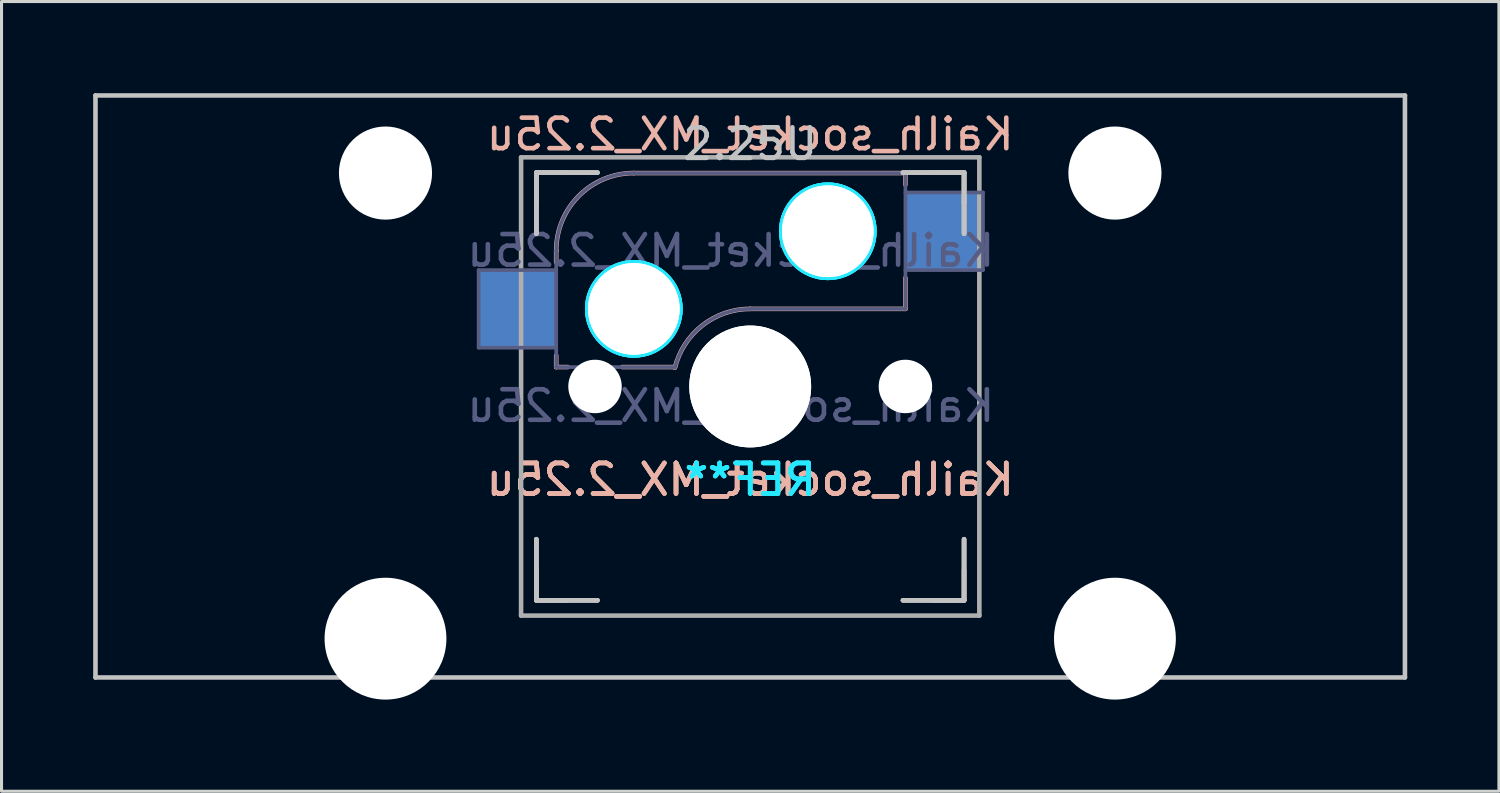
<source format=kicad_pcb>
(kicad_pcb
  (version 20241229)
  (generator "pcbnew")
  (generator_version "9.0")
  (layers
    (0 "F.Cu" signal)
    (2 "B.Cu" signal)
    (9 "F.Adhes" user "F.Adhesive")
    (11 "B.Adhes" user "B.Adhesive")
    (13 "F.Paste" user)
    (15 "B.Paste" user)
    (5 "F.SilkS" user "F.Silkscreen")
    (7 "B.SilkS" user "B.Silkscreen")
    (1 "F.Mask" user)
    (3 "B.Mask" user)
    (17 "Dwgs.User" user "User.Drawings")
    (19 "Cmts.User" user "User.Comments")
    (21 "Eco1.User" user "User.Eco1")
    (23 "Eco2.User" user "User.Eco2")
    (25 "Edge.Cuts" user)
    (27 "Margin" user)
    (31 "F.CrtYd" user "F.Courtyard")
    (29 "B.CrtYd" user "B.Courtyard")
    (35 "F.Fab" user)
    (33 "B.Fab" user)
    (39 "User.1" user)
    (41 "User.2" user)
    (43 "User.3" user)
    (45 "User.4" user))
  (footprint "Kailh_socket_MX_2.25u"
    (layer "F.Cu")
    (at 21.506 9.6)
    (property "Reference" "Kailh_socket_MX_2.25u" (at 0 -8.255 0) (layer "B.SilkS") (effects (font (size 1 1) (thickness 0.15)) (justify mirror)))
    (property "Value" "Kailh_socket_MX_2.25u" (at 0 8.255 0) (layer "F.Fab") (hide yes) (effects (font (size 1 1) (thickness 0.15))))
    (attr smd)
    (fp_line (start -7 -6) (end -7 -7) (stroke (width 0.15) (type solid)) (layer "F.SilkS"))
    (fp_line (start -7 7) (end -7 6) (stroke (width 0.15) (type solid)) (layer "F.SilkS"))
    (fp_line (start -7 7) (end -6 7) (stroke (width 0.15) (type solid)) (layer "F.SilkS"))
    (fp_line (start -6 -7) (end -7 -7) (stroke (width 0.15) (type solid)) (layer "F.SilkS"))
    (fp_line (start 6 7) (end 7 7) (stroke (width 0.15) (type solid)) (layer "F.SilkS"))
    (fp_line (start 7 -7) (end 6 -7) (stroke (width 0.15) (type solid)) (layer "F.SilkS"))
    (fp_line (start 7 -7) (end 7 -6) (stroke (width 0.15) (type solid)) (layer "F.SilkS"))
    (fp_line (start 7 6) (end 7 7) (stroke (width 0.15) (type solid)) (layer "F.SilkS"))
    (fp_line (start -6.35 -4.445) (end -6.35 -4.064) (stroke (width 0.15) (type solid)) (layer "B.SilkS"))
    (fp_line (start -6.35 -1.016) (end -6.35 -0.635) (stroke (width 0.15) (type solid)) (layer "B.SilkS"))
    (fp_line (start -5.969 -0.635) (end -6.35 -0.635) (stroke (width 0.15) (type solid)) (layer "B.SilkS"))
    (fp_line (start -3.81 -6.985) (end 5.08 -6.985) (stroke (width 0.15) (type solid)) (layer "B.SilkS"))
    (fp_line (start -2.464 -0.635) (end -4.191 -0.635) (stroke (width 0.15) (type solid)) (layer "B.SilkS"))
    (fp_line (start 5.08 -6.985) (end 5.08 -6.604) (stroke (width 0.15) (type solid)) (layer "B.SilkS"))
    (fp_line (start 5.08 -3.556) (end 5.08 -2.54) (stroke (width 0.15) (type solid)) (layer "B.SilkS"))
    (fp_line (start 5.08 -2.54) (end 0 -2.54) (stroke (width 0.15) (type solid)) (layer "B.SilkS"))
    (fp_arc (start -6.35 -4.445) (mid -5.606051 -6.241051) (end -3.81 -6.985) (stroke (width 0.15) (type solid)) (layer "B.SilkS"))
    (fp_arc (start -2.464162 -0.61604) (mid -1.563147 -2.002042) (end 0 -2.54) (stroke (width 0.15) (type solid)) (layer "B.SilkS"))
    (fp_line (start -21.431 -9.525) (end 21.431 -9.525) (stroke (width 0.15) (type solid)) (layer "Dwgs.User"))
    (fp_line (start -21.431 9.525) (end -21.431 -9.525) (stroke (width 0.15) (type solid)) (layer "Dwgs.User"))
    (fp_line (start -7 -7) (end -7 -5) (stroke (width 0.15) (type solid)) (layer "Dwgs.User"))
    (fp_line (start -7 -7) (end -7 -5) (stroke (width 0.15) (type solid)) (layer "Dwgs.User"))
    (fp_line (start -7 -7) (end -7 -5) (stroke (width 0.15) (type solid)) (layer "Dwgs.User"))
    (fp_line (start -7 5) (end -7 7) (stroke (width 0.15) (type solid)) (layer "Dwgs.User"))
    (fp_line (start -7 5) (end -7 7) (stroke (width 0.15) (type solid)) (layer "Dwgs.User"))
    (fp_line (start -7 5) (end -7 7) (stroke (width 0.15) (type solid)) (layer "Dwgs.User"))
    (fp_line (start -7 7) (end -5 7) (stroke (width 0.15) (type solid)) (layer "Dwgs.User"))
    (fp_line (start -7 7) (end -5 7) (stroke (width 0.15) (type solid)) (layer "Dwgs.User"))
    (fp_line (start -7 7) (end -5 7) (stroke (width 0.15) (type solid)) (layer "Dwgs.User"))
    (fp_line (start -5 -7) (end -7 -7) (stroke (width 0.15) (type solid)) (layer "Dwgs.User"))
    (fp_line (start -5 -7) (end -7 -7) (stroke (width 0.15) (type solid)) (layer "Dwgs.User"))
    (fp_line (start -5 -7) (end -7 -7) (stroke (width 0.15) (type solid)) (layer "Dwgs.User"))
    (fp_line (start 5 -7) (end 7 -7) (stroke (width 0.15) (type solid)) (layer "Dwgs.User"))
    (fp_line (start 5 -7) (end 7 -7) (stroke (width 0.15) (type solid)) (layer "Dwgs.User"))
    (fp_line (start 5 -7) (end 7 -7) (stroke (width 0.15) (type solid)) (layer "Dwgs.User"))
    (fp_line (start 5 7) (end 7 7) (stroke (width 0.15) (type solid)) (layer "Dwgs.User"))
    (fp_line (start 5 7) (end 7 7) (stroke (width 0.15) (type solid)) (layer "Dwgs.User"))
    (fp_line (start 5 7) (end 7 7) (stroke (width 0.15) (type solid)) (layer "Dwgs.User"))
    (fp_line (start 7 -7) (end 7 -5) (stroke (width 0.15) (type solid)) (layer "Dwgs.User"))
    (fp_line (start 7 -7) (end 7 -5) (stroke (width 0.15) (type solid)) (layer "Dwgs.User"))
    (fp_line (start 7 -7) (end 7 -5) (stroke (width 0.15) (type solid)) (layer "Dwgs.User"))
    (fp_line (start 7 7) (end 7 5) (stroke (width 0.15) (type solid)) (layer "Dwgs.User"))
    (fp_line (start 7 7) (end 7 5) (stroke (width 0.15) (type solid)) (layer "Dwgs.User"))
    (fp_line (start 7 7) (end 7 5) (stroke (width 0.15) (type solid)) (layer "Dwgs.User"))
    (fp_line (start 21.431 -9.525) (end 21.431 9.525) (stroke (width 0.15) (type solid)) (layer "Dwgs.User"))
    (fp_line (start 21.431 9.525) (end -21.431 9.525) (stroke (width 0.15) (type solid)) (layer "Dwgs.User"))
    (fp_line (start -6.9 6.9) (end -6.9 -6.9) (stroke (width 0.15) (type solid)) (layer "Eco2.User"))
    (fp_line (start -6.9 6.9) (end 6.9 6.9) (stroke (width 0.15) (type solid)) (layer "Eco2.User"))
    (fp_line (start 6.9 -6.9) (end -6.9 -6.9) (stroke (width 0.15) (type solid)) (layer "Eco2.User"))
    (fp_line (start 6.9 -6.9) (end 6.9 6.9) (stroke (width 0.15) (type solid)) (layer "Eco2.User"))
    (fp_circle (center -3.81 -2.54) (end -3.81 -4.064) (stroke (width 0.15) (type solid)) (fill no) (layer "B.CrtYd"))
    (fp_circle (center -3.81 -2.54) (end -3.81 -4.064) (stroke (width 0.15) (type solid)) (fill no) (layer "B.CrtYd"))
    (fp_circle (center -3.81 -2.54) (end -3.81 -4.064) (stroke (width 0.15) (type solid)) (fill no) (layer "B.CrtYd"))
    (fp_circle (center 2.54 -5.08) (end 2.54 -6.604) (stroke (width 0.15) (type solid)) (fill no) (layer "B.CrtYd"))
    (fp_circle (center 2.54 -5.08) (end 2.54 -6.604) (stroke (width 0.15) (type solid)) (fill no) (layer "B.CrtYd"))
    (fp_circle (center 2.54 -5.08) (end 2.54 -6.604) (stroke (width 0.15) (type solid)) (fill no) (layer "B.CrtYd"))
    (fp_line (start -8.89 -3.81) (end -6.35 -3.81) (stroke (width 0.12) (type solid)) (layer "B.Fab"))
    (fp_line (start -8.89 -1.27) (end -8.89 -3.81) (stroke (width 0.12) (type solid)) (layer "B.Fab"))
    (fp_line (start -6.35 -1.27) (end -8.89 -1.27) (stroke (width 0.12) (type solid)) (layer "B.Fab"))
    (fp_line (start -6.35 -0.635) (end -6.35 -4.445) (stroke (width 0.12) (type solid)) (layer "B.Fab"))
    (fp_line (start -6.35 -0.635) (end -2.54 -0.635) (stroke (width 0.12) (type solid)) (layer "B.Fab"))
    (fp_line (start -3.81 -6.985) (end 5.08 -6.985) (stroke (width 0.12) (type solid)) (layer "B.Fab"))
    (fp_line (start 5.08 -6.985) (end 5.08 -2.54) (stroke (width 0.12) (type solid)) (layer "B.Fab"))
    (fp_line (start 5.08 -6.35) (end 7.62 -6.35) (stroke (width 0.12) (type solid)) (layer "B.Fab"))
    (fp_line (start 5.08 -2.54) (end 0 -2.54) (stroke (width 0.12) (type solid)) (layer "B.Fab"))
    (fp_line (start 7.62 -6.35) (end 7.62 -3.81) (stroke (width 0.12) (type solid)) (layer "B.Fab"))
    (fp_line (start 7.62 -3.81) (end 5.08 -3.81) (stroke (width 0.12) (type solid)) (layer "B.Fab"))
    (fp_arc (start -6.35 -4.445) (mid -5.606051 -6.241051) (end -3.81 -6.985) (stroke (width 0.12) (type solid)) (layer "B.Fab"))
    (fp_arc (start -2.464162 -0.61604) (mid -1.563147 -2.002042) (end 0 -2.54) (stroke (width 0.12) (type solid)) (layer "B.Fab"))
    (fp_line (start -7.5 -7.5) (end 7.5 -7.5) (stroke (width 0.15) (type solid)) (layer "F.Fab"))
    (fp_line (start -7.5 7.5) (end -7.5 -7.5) (stroke (width 0.15) (type solid)) (layer "F.Fab"))
    (fp_line (start 7.5 -7.5) (end 7.5 7.5) (stroke (width 0.15) (type solid)) (layer "F.Fab"))
    (fp_line (start 7.5 7.5) (end -7.5 7.5) (stroke (width 0.15) (type solid)) (layer "F.Fab"))
    (fp_text user "${REFERENCE}" (at 0 3.048 0) (layer "B.SilkS") (effects (font (size 1 1) (thickness 0.15)) (justify mirror)))
    (fp_text user "${REFERENCE}" (at 0 3.048 0) (layer "B.SilkS") (effects (font (size 1 1) (thickness 0.15)) (justify mirror)))
    (fp_text user "${REFERENCE}" (at 0 3.048 0) (layer "B.SilkS") (effects (font (size 1 1) (thickness 0.15)) (justify mirror)))
    (fp_text user "2.25U" (at 0 -7.938 0) (layer "Dwgs.User") (effects (font (size 1 1) (thickness 0.15))))
    (fp_text user "REF**" (at 0 3.048 0) (layer "B.CrtYd") (effects (font (size 1 1) (thickness 0.15)) (justify mirror)))
    (fp_text user "REF**" (at 0 3.048 0) (layer "B.CrtYd") (effects (font (size 1 1) (thickness 0.15)) (justify mirror)))
    (fp_text user "REF**" (at 0 3.048 0) (layer "B.CrtYd") (effects (font (size 1 1) (thickness 0.15)) (justify mirror)))
    (fp_text user "${VALUE}" (at -0.635 0.635 0) (layer "B.Fab") (effects (font (size 1 1) (thickness 0.15)) (justify mirror)))
    (fp_text user "${REFERENCE}" (at -0.635 -4.445 0) (layer "B.Fab") (effects (font (size 1 1) (thickness 0.15)) (justify mirror)))
    (pad "" np_thru_hole circle (at -11.938 -6.985) (size 3.048 3.048) (drill 3.048) (layers "*.Cu" "*.Mask"))
    (pad "" np_thru_hole circle (at -11.938 8.255) (size 3.988 3.988) (drill 3.988) (layers "*.Cu" "*.Mask"))
    (pad "" np_thru_hole circle (at -5.08 0) (size 1.702 1.702) (drill 1.702) (layers "*.Cu" "*.Mask"))
    (pad "" np_thru_hole circle (at -5.08 0 48.1) (size 1.75 1.75) (drill 1.75) (layers "*.Cu" "*.Mask"))
    (pad "" np_thru_hole circle (at -3.81 -2.54) (size 3 3) (drill 3) (layers "*.Cu" "*.Mask"))
    (pad "" np_thru_hole circle (at -3.81 -2.54) (size 3 3) (drill 3) (layers "*.Cu" "*.Mask"))
    (pad "" np_thru_hole circle (at 0 0) (size 3.988 3.988) (drill 3.988) (layers "*.Cu" "*.Mask"))
    (pad "" np_thru_hole circle (at 0 0) (size 3.988 3.988) (drill 3.988) (layers "*.Cu" "*.Mask"))
    (pad "" np_thru_hole circle (at 2.54 -5.08) (size 3 3) (drill 3) (layers "*.Cu" "*.Mask"))
    (pad "" np_thru_hole circle (at 2.54 -5.08) (size 3 3) (drill 3) (layers "*.Cu" "*.Mask"))
    (pad "" np_thru_hole circle (at 5.08 0) (size 1.702 1.702) (drill 1.702) (layers "*.Cu" "*.Mask"))
    (pad "" np_thru_hole circle (at 5.08 0 48.1) (size 1.75 1.75) (drill 1.75) (layers "*.Cu" "*.Mask"))
    (pad "" np_thru_hole circle (at 11.938 -6.985) (size 3.048 3.048) (drill 3.048) (layers "*.Cu" "*.Mask"))
    (pad "" np_thru_hole circle (at 11.938 8.255) (size 3.988 3.988) (drill 3.988) (layers "*.Cu" "*.Mask"))
    (pad "1" smd rect (at -7.62 -2.54) (size 2.55 2.5) (layers "B.Cu" "B.Mask" "B.Paste"))
    (pad "2" smd rect (at 6.35 -5.08) (size 2.55 2.5) (layers "B.Cu" "B.Mask" "B.Paste")))
  (gr_rect
    (start -3 -3)
    (end 46.013 22.849)
    (stroke (width 0.1) (type default))
    (fill no)
    (layer "Edge.Cuts")))
</source>
